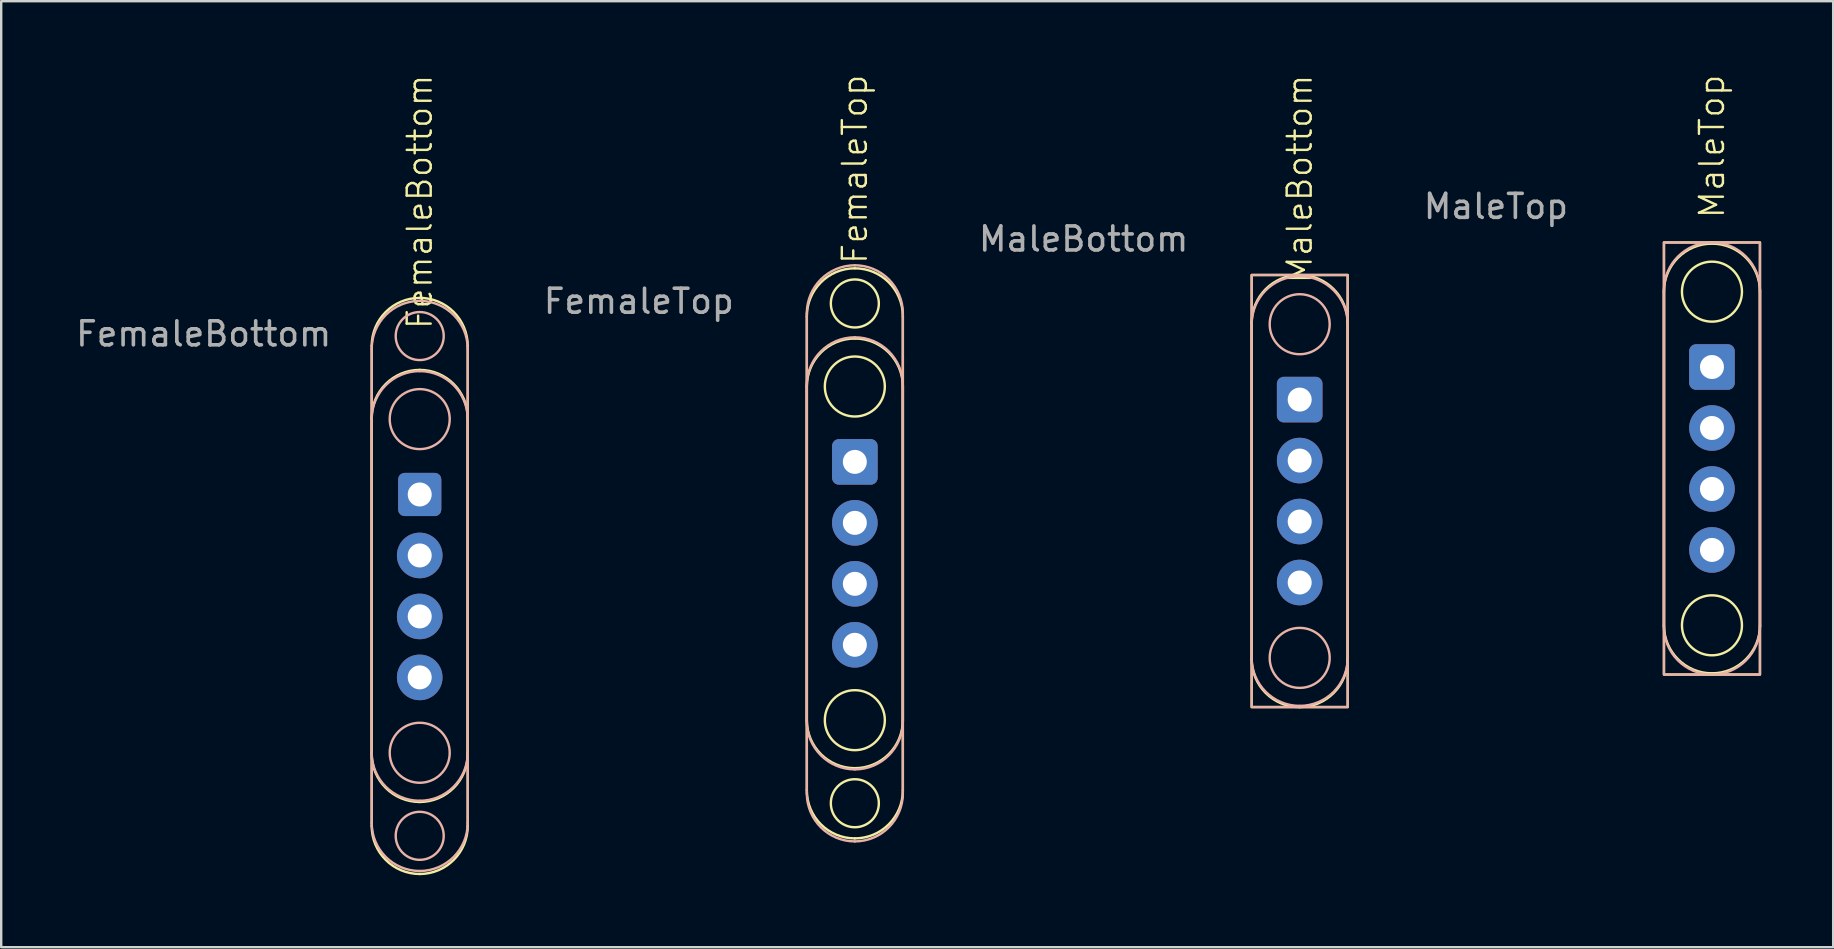
<source format=kicad_pcb>
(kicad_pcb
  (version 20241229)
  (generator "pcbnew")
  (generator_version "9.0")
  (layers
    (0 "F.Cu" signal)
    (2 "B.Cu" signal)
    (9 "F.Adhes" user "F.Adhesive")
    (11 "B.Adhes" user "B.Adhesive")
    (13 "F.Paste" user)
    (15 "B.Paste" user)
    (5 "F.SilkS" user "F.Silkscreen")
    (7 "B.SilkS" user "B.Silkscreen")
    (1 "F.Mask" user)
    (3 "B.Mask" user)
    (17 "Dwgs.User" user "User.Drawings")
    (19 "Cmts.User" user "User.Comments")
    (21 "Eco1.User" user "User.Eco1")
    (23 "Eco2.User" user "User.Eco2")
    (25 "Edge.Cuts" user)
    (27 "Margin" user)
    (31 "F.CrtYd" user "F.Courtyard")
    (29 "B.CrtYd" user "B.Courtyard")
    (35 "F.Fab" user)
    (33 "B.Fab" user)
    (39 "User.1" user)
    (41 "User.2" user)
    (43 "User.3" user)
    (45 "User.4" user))
  (footprint "FemaleBottom"
    (layer "F.Cu")
    (at 14.435 21.36)
    (property "Reference" "FemaleBottom" (at 0 -16 90) (unlocked yes) (layer "F.SilkS") (effects (font (size 1 1) (thickness 0.1))))
    (attr through_hole)
    (fp_line (start -2 7) (end -2 -7) (stroke (width 0.1) (type default)) (layer "F.SilkS"))
    (fp_line (start -2 10) (end -2 -10) (stroke (width 0.1) (type default)) (layer "F.SilkS"))
    (fp_line (start 2 -10) (end 2 10) (stroke (width 0.1) (type default)) (layer "F.SilkS"))
    (fp_line (start 2 -7) (end 2 7) (stroke (width 0.1) (type default)) (layer "F.SilkS"))
    (fp_arc (start -2 -10) (mid -1.414214 -11.414214) (end 0 -12) (stroke (width 0.1) (type default)) (layer "F.SilkS"))
    (fp_arc (start -2 -7) (mid -1.414214 -8.414214) (end 0 -9) (stroke (width 0.1) (type default)) (layer "F.SilkS"))
    (fp_arc (start 0 -12) (mid 1.414214 -11.414214) (end 2 -10) (stroke (width 0.1) (type default)) (layer "F.SilkS"))
    (fp_arc (start 0 -9) (mid 1.414214 -8.414214) (end 2 -7) (stroke (width 0.1) (type default)) (layer "F.SilkS"))
    (fp_arc (start 0 9) (mid -1.414214 8.414214) (end -2 7) (stroke (width 0.1) (type default)) (layer "F.SilkS"))
    (fp_arc (start 0 12) (mid -1.414214 11.414214) (end -2 10) (stroke (width 0.1) (type default)) (layer "F.SilkS"))
    (fp_arc (start 2 7) (mid 1.414214 8.414214) (end 0 9) (stroke (width 0.1) (type default)) (layer "F.SilkS"))
    (fp_arc (start 2 10) (mid 1.414214 11.414214) (end 0 12) (stroke (width 0.1) (type default)) (layer "F.SilkS"))
    (fp_line (start -2 9.875) (end -2 -9.875) (stroke (width 0.1) (type solid)) (layer "B.SilkS"))
    (fp_line (start 2 -9.875) (end 2 9.875) (stroke (width 0.1) (type solid)) (layer "B.SilkS"))
    (fp_arc (start -2 -9.875) (mid -1.414214 -11.289214) (end 0 -11.875) (stroke (width 0.1) (type solid)) (layer "B.SilkS"))
    (fp_arc (start -2 -6.95) (mid -1.414214 -8.364214) (end 0 -8.95) (stroke (width 0.1) (type solid)) (layer "B.SilkS"))
    (fp_arc (start 0 -11.875) (mid 1.414214 -11.289214) (end 2 -9.875) (stroke (width 0.1) (type solid)) (layer "B.SilkS"))
    (fp_arc (start 0 -8.95) (mid 1.414214 -8.364214) (end 2 -6.95) (stroke (width 0.1) (type solid)) (layer "B.SilkS"))
    (fp_arc (start 0 8.95) (mid -1.414214 8.364214) (end -2 6.95) (stroke (width 0.1) (type solid)) (layer "B.SilkS"))
    (fp_arc (start 0 11.875) (mid -1.414214 11.289214) (end -2 9.875) (stroke (width 0.1) (type solid)) (layer "B.SilkS"))
    (fp_arc (start 2 6.95) (mid 1.414214 8.364214) (end 0 8.95) (stroke (width 0.1) (type solid)) (layer "B.SilkS"))
    (fp_arc (start 2 9.875) (mid 1.414214 11.289214) (end 0 11.875) (stroke (width 0.1) (type solid)) (layer "B.SilkS"))
    (fp_circle (center 0 -10.41) (end 1 -10.41) (stroke (width 0.1) (type solid)) (fill no) (layer "B.SilkS"))
    (fp_circle (center 0 6.95) (end 1.25 6.95) (stroke (width 0.1) (type solid)) (fill no) (layer "B.SilkS"))
    (fp_circle (center 0 10.41) (end 1 10.41) (stroke (width 0.1) (type solid)) (fill no) (layer "B.SilkS"))
    (fp_circle (center 0.000001 -6.95) (end 1.25 -6.95) (stroke (width 0.1) (type solid)) (fill no) (layer "B.SilkS"))
    (fp_text user "${REFERENCE}" (at -9 -10.5 0) (unlocked yes) (layer "F.Fab") (effects (font (size 1 1) (thickness 0.15))))
    (pad "1" thru_hole roundrect (at 0 -3.81) (size 1.8 1.8) (drill 1) (layers "*.Cu" "*.Mask") (roundrect_rratio 0.15))
    (pad "2" thru_hole circle (at 0 -1.27) (size 1.9 1.9) (drill 1) (layers "*.Cu" "*.Mask"))
    (pad "3" thru_hole circle (at 0 1.27) (size 1.9 1.9) (drill 1) (layers "*.Cu" "*.Mask"))
    (pad "4" thru_hole circle (at 0 3.81) (size 1.9 1.9) (drill 1) (layers "*.Cu" "*.Mask")))
  (footprint "MaleBottom"
    (layer "F.Cu")
    (at 51.094 17.407)
    (property "Reference" "MaleBottom" (at 0 -13 90) (unlocked yes) (layer "F.SilkS") (effects (font (size 1 1) (thickness 0.1))))
    (attr through_hole)
    (fp_line (start -2 7) (end -2 -7) (stroke (width 0.1) (type default)) (layer "F.SilkS"))
    (fp_line (start 2 -7) (end 2 7) (stroke (width 0.1) (type default)) (layer "F.SilkS"))
    (fp_rect (start -2 -9) (end 2 9) (stroke (width 0.1) (type default)) (fill no) (layer "F.SilkS"))
    (fp_arc (start -2 -7) (mid -1.414214 -8.414214) (end 0 -9) (stroke (width 0.1) (type default)) (layer "F.SilkS"))
    (fp_arc (start 0 -9) (mid 1.414214 -8.414214) (end 2 -7) (stroke (width 0.1) (type default)) (layer "F.SilkS"))
    (fp_arc (start 0 9) (mid -1.414214 8.414214) (end -2 7) (stroke (width 0.1) (type default)) (layer "F.SilkS"))
    (fp_arc (start 2 7) (mid 1.414214 8.414214) (end 0 9) (stroke (width 0.1) (type default)) (layer "F.SilkS"))
    (fp_rect (start -2 -9) (end 2 9) (stroke (width 0.1) (type solid)) (fill no) (layer "B.SilkS"))
    (fp_arc (start -2 -6.95) (mid -1.414214 -8.364214) (end 0 -8.95) (stroke (width 0.1) (type solid)) (layer "B.SilkS"))
    (fp_arc (start 0 -8.95) (mid 1.414214 -8.364214) (end 2 -6.95) (stroke (width 0.1) (type solid)) (layer "B.SilkS"))
    (fp_arc (start 0 8.95) (mid -1.414214 8.364214) (end -2 6.95) (stroke (width 0.1) (type solid)) (layer "B.SilkS"))
    (fp_arc (start 2 6.95) (mid 1.414214 8.364214) (end 0 8.95) (stroke (width 0.1) (type solid)) (layer "B.SilkS"))
    (fp_circle (center 0 6.95) (end 1.25 6.95) (stroke (width 0.1) (type solid)) (fill no) (layer "B.SilkS"))
    (fp_circle (center 0.000001 -6.95) (end 1.25 -6.95) (stroke (width 0.1) (type solid)) (fill no) (layer "B.SilkS"))
    (fp_text user "${REFERENCE}" (at -9 -10.5 0) (unlocked yes) (layer "F.Fab") (effects (font (size 1 1) (thickness 0.15))))
    (pad "1" thru_hole roundrect (at 0 -3.81) (size 1.9 1.9) (drill 1) (layers "*.Cu" "*.Mask") (roundrect_rratio 0.15))
    (pad "2" thru_hole circle (at 0 -1.27) (size 1.9 1.9) (drill 1) (layers "*.Cu" "*.Mask"))
    (pad "3" thru_hole circle (at 0 1.27) (size 1.9 1.9) (drill 1) (layers "*.Cu" "*.Mask"))
    (pad "4" thru_hole circle (at 0 3.81) (size 1.9 1.9) (drill 1) (layers "*.Cu" "*.Mask")))
  (footprint "MaleTop"
    (layer "F.Cu")
    (at 68.269 16.05)
    (property "Reference" "MaleTop" (at 0 -13 90) (unlocked yes) (layer "F.SilkS") (effects (font (size 1 1) (thickness 0.1))))
    (attr through_hole)
    (fp_line (start -2 6.95) (end -2 -6.95) (stroke (width 0.1) (type default)) (layer "F.SilkS"))
    (fp_line (start 2 -6.95) (end 2 6.95) (stroke (width 0.1) (type default)) (layer "F.SilkS"))
    (fp_rect (start -2 -9) (end 2 9) (stroke (width 0.1) (type solid)) (fill no) (layer "F.SilkS"))
    (fp_arc (start -2 -6.95) (mid -1.414214 -8.364214) (end 0 -8.95) (stroke (width 0.1) (type default)) (layer "F.SilkS"))
    (fp_arc (start 0 -8.95) (mid 1.414214 -8.364214) (end 2 -6.95) (stroke (width 0.1) (type default)) (layer "F.SilkS"))
    (fp_arc (start 0 8.95) (mid -1.414214 8.364214) (end -2 6.95) (stroke (width 0.1) (type default)) (layer "F.SilkS"))
    (fp_arc (start 2 6.95) (mid 1.414214 8.364214) (end 0 8.95) (stroke (width 0.1) (type default)) (layer "F.SilkS"))
    (fp_circle (center 0 6.95) (end 1.25 6.95) (stroke (width 0.1) (type solid)) (fill no) (layer "F.SilkS"))
    (fp_circle (center 0.000001 -6.95) (end 1.25 -6.95) (stroke (width 0.1) (type solid)) (fill no) (layer "F.SilkS"))
    (fp_line (start -2 7) (end -2 -7) (stroke (width 0.1) (type default)) (layer "B.SilkS"))
    (fp_line (start 2 -7) (end 2 7) (stroke (width 0.1) (type default)) (layer "B.SilkS"))
    (fp_rect (start -2 -9) (end 2 9) (stroke (width 0.1) (type default)) (fill no) (layer "B.SilkS"))
    (fp_arc (start -2 -7) (mid -1.414214 -8.414214) (end 0 -9) (stroke (width 0.1) (type default)) (layer "B.SilkS"))
    (fp_arc (start 0 -9) (mid 1.414214 -8.414214) (end 2 -7) (stroke (width 0.1) (type default)) (layer "B.SilkS"))
    (fp_arc (start 0 9) (mid -1.414214 8.414214) (end -2 7) (stroke (width 0.1) (type default)) (layer "B.SilkS"))
    (fp_arc (start 2 7) (mid 1.414214 8.414214) (end 0 9) (stroke (width 0.1) (type default)) (layer "B.SilkS"))
    (fp_text user "${REFERENCE}" (at -9 -10.5 0) (unlocked yes) (layer "F.Fab") (effects (font (size 1 1) (thickness 0.15))))
    (pad "1" thru_hole roundrect (at 0 -3.81) (size 1.9 1.9) (drill 1) (layers "*.Cu" "*.Mask") (roundrect_rratio 0.15))
    (pad "2" thru_hole circle (at 0 -1.27) (size 1.9 1.9) (drill 1) (layers "*.Cu" "*.Mask"))
    (pad "3" thru_hole circle (at 0 1.27) (size 1.9 1.9) (drill 1) (layers "*.Cu" "*.Mask"))
    (pad "4" thru_hole circle (at 0 3.81) (size 1.9 1.9) (drill 1) (layers "*.Cu" "*.Mask")))
  (footprint "FemaleTop"
    (layer "F.Cu")
    (at 32.562 20.002)
    (property "Reference" "FemaleTop" (at 0 -16 90) (unlocked yes) (layer "F.SilkS") (effects (font (size 1 1) (thickness 0.1))))
    (attr through_hole)
    (fp_line (start -2 6.95) (end -2 -6.95) (stroke (width 0.1) (type default)) (layer "F.SilkS"))
    (fp_line (start -2 9.875) (end -2 -9.875) (stroke (width 0.1) (type default)) (layer "F.SilkS"))
    (fp_line (start 2 -9.875) (end 2 9.875) (stroke (width 0.1) (type default)) (layer "F.SilkS"))
    (fp_line (start 2 -6.95) (end 2 6.95) (stroke (width 0.1) (type default)) (layer "F.SilkS"))
    (fp_arc (start -2 -9.875) (mid -1.414214 -11.289214) (end 0 -11.875) (stroke (width 0.1) (type default)) (layer "F.SilkS"))
    (fp_arc (start -2 -6.95) (mid -1.414214 -8.364214) (end 0 -8.95) (stroke (width 0.1) (type default)) (layer "F.SilkS"))
    (fp_arc (start 0 -11.875) (mid 1.414214 -11.289214) (end 2 -9.875) (stroke (width 0.1) (type default)) (layer "F.SilkS"))
    (fp_arc (start 0 -8.95) (mid 1.414214 -8.364214) (end 2 -6.95) (stroke (width 0.1) (type default)) (layer "F.SilkS"))
    (fp_arc (start 0 8.95) (mid -1.414214 8.364214) (end -2 6.95) (stroke (width 0.1) (type default)) (layer "F.SilkS"))
    (fp_arc (start 0 11.875) (mid -1.414214 11.289214) (end -2 9.875) (stroke (width 0.1) (type default)) (layer "F.SilkS"))
    (fp_arc (start 2 6.95) (mid 1.414214 8.364214) (end 0 8.95) (stroke (width 0.1) (type default)) (layer "F.SilkS"))
    (fp_arc (start 2 9.875) (mid 1.414214 11.289214) (end 0 11.875) (stroke (width 0.1) (type default)) (layer "F.SilkS"))
    (fp_circle (center 0 -10.41) (end 1 -10.41) (stroke (width 0.1) (type solid)) (fill no) (layer "F.SilkS"))
    (fp_circle (center 0 6.95) (end 1.25 6.95) (stroke (width 0.1) (type solid)) (fill no) (layer "F.SilkS"))
    (fp_circle (center 0 10.41) (end 1 10.41) (stroke (width 0.1) (type solid)) (fill no) (layer "F.SilkS"))
    (fp_circle (center 0.000001 -6.95) (end 1.25 -6.95) (stroke (width 0.1) (type solid)) (fill no) (layer "F.SilkS"))
    (fp_line (start -2 7) (end -2 -7) (stroke (width 0.1) (type default)) (layer "B.SilkS"))
    (fp_line (start -2 10) (end -2 -10) (stroke (width 0.1) (type default)) (layer "B.SilkS"))
    (fp_line (start 2 -10) (end 2 10) (stroke (width 0.1) (type default)) (layer "B.SilkS"))
    (fp_line (start 2 -7) (end 2 7) (stroke (width 0.1) (type default)) (layer "B.SilkS"))
    (fp_arc (start -2 -10) (mid -1.414214 -11.414214) (end 0 -12) (stroke (width 0.1) (type default)) (layer "B.SilkS"))
    (fp_arc (start -2 -7) (mid -1.414214 -8.414214) (end 0 -9) (stroke (width 0.1) (type default)) (layer "B.SilkS"))
    (fp_arc (start 0 -12) (mid 1.414214 -11.414214) (end 2 -10) (stroke (width 0.1) (type default)) (layer "B.SilkS"))
    (fp_arc (start 0 -9) (mid 1.414214 -8.414214) (end 2 -7) (stroke (width 0.1) (type default)) (layer "B.SilkS"))
    (fp_arc (start 0 9) (mid -1.414214 8.414214) (end -2 7) (stroke (width 0.1) (type default)) (layer "B.SilkS"))
    (fp_arc (start 0 12) (mid -1.414214 11.414214) (end -2 10) (stroke (width 0.1) (type default)) (layer "B.SilkS"))
    (fp_arc (start 2 7) (mid 1.414214 8.414214) (end 0 9) (stroke (width 0.1) (type default)) (layer "B.SilkS"))
    (fp_arc (start 2 10) (mid 1.414214 11.414214) (end 0 12) (stroke (width 0.1) (type default)) (layer "B.SilkS"))
    (fp_text user "${REFERENCE}" (at -9 -10.5 0) (unlocked yes) (layer "F.Fab") (effects (font (size 1 1) (thickness 0.15))))
    (pad "1" thru_hole roundrect (at 0 -3.81) (size 1.9 1.9) (drill 1) (layers "*.Cu" "*.Mask") (roundrect_rratio 0.15))
    (pad "2" thru_hole circle (at 0 -1.27) (size 1.9 1.9) (drill 1) (layers "*.Cu" "*.Mask"))
    (pad "3" thru_hole circle (at 0 1.27) (size 1.9 1.9) (drill 1) (layers "*.Cu" "*.Mask"))
    (pad "4" thru_hole circle (at 0 3.81) (size 1.9 1.9) (drill 1) (layers "*.Cu" "*.Mask")))
  (gr_rect
    (start -3 -3)
    (end 73.319 36.41)
    (stroke (width 0.1) (type default))
    (fill no)
    (layer "Edge.Cuts")))
</source>
